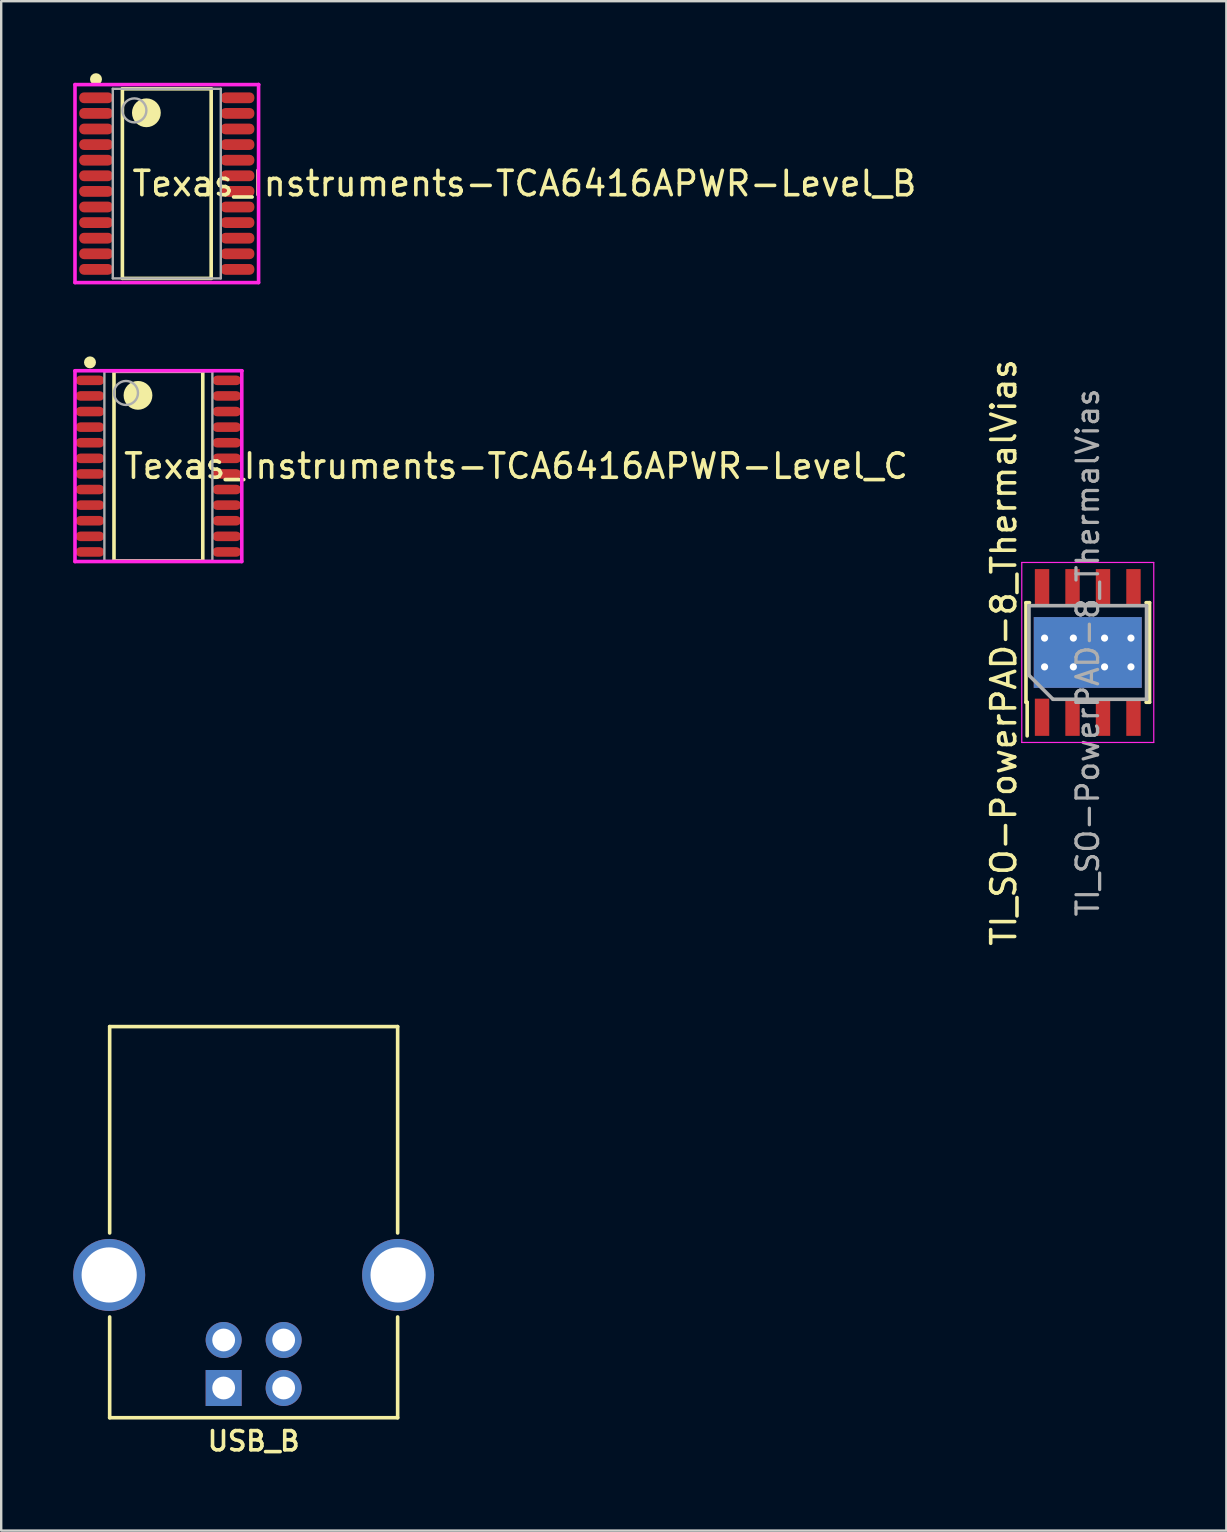
<source format=kicad_pcb>
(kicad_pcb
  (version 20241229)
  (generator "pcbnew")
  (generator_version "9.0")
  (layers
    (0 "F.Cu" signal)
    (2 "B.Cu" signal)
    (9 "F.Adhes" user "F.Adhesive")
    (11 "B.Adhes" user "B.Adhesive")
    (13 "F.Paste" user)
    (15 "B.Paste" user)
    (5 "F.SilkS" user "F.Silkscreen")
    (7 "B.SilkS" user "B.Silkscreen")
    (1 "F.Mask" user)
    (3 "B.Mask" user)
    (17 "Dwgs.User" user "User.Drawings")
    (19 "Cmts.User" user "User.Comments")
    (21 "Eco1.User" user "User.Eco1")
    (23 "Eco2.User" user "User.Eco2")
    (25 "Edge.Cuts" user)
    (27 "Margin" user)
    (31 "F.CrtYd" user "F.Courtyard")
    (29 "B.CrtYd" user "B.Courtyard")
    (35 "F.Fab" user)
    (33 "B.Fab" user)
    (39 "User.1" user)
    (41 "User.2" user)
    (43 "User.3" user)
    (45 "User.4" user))
  (footprint "TI_SO-PowerPAD-8_ThermalVias"
    (layer "F.Cu")
    (at 42.278 24.139)
    (property "Reference" "TI_SO-PowerPAD-8_ThermalVias" (at -3.5 0 90) (layer "F.SilkS") (effects (font (size 1 1) (thickness 0.15))))
    (attr smd)
    (fp_line (start -2.575 -2.075) (end -2.43 -2.075) (stroke (width 0.15) (type solid)) (layer "F.SilkS"))
    (fp_line (start -2.575 2.075) (end -2.575 -2.075) (stroke (width 0.15) (type solid)) (layer "F.SilkS"))
    (fp_line (start -2.575 2.075) (end -2.525 2.075) (stroke (width 0.15) (type solid)) (layer "F.SilkS"))
    (fp_line (start -2.525 2.075) (end -2.525 3.475) (stroke (width 0.15) (type solid)) (layer "F.SilkS"))
    (fp_line (start 2.575 -2.075) (end 2.43 -2.075) (stroke (width 0.15) (type solid)) (layer "F.SilkS"))
    (fp_line (start 2.575 2.075) (end 2.43 2.075) (stroke (width 0.15) (type solid)) (layer "F.SilkS"))
    (fp_line (start 2.575 2.075) (end 2.575 -2.075) (stroke (width 0.15) (type solid)) (layer "F.SilkS"))
    (fp_line (start -2.75 -3.75) (end 2.75 -3.75) (stroke (width 0.05) (type solid)) (layer "F.CrtYd"))
    (fp_line (start -2.75 3.75) (end -2.75 -3.75) (stroke (width 0.05) (type solid)) (layer "F.CrtYd"))
    (fp_line (start -2.75 3.75) (end 2.75 3.75) (stroke (width 0.05) (type solid)) (layer "F.CrtYd"))
    (fp_line (start 2.75 3.75) (end 2.75 -3.75) (stroke (width 0.05) (type solid)) (layer "F.CrtYd"))
    (fp_line (start -2.45 -1.95) (end 2.45 -1.95) (stroke (width 0.15) (type solid)) (layer "F.Fab"))
    (fp_line (start -2.45 0.95) (end -2.45 -1.95) (stroke (width 0.15) (type solid)) (layer "F.Fab"))
    (fp_line (start -1.45 1.95) (end -2.45 0.95) (stroke (width 0.15) (type solid)) (layer "F.Fab"))
    (fp_line (start 2.45 -1.95) (end 2.45 1.95) (stroke (width 0.15) (type solid)) (layer "F.Fab"))
    (fp_line (start 2.45 1.95) (end -1.45 1.95) (stroke (width 0.15) (type solid)) (layer "F.Fab"))
    (fp_text user "${REFERENCE}" (at 0 0 90) (layer "F.Fab") (effects (font (size 0.9 0.9) (thickness 0.135))))
    (pad "1" smd rect (at -1.905 2.7 90) (size 1.55 0.6) (layers "F.Cu" "F.Mask" "F.Paste"))
    (pad "2" smd rect (at -0.635 2.7 90) (size 1.55 0.6) (layers "F.Cu" "F.Mask" "F.Paste"))
    (pad "3" smd rect (at 0.635 2.7 90) (size 1.55 0.6) (layers "F.Cu" "F.Mask" "F.Paste"))
    (pad "4" smd rect (at 1.905 2.7 90) (size 1.55 0.6) (layers "F.Cu" "F.Mask" "F.Paste"))
    (pad "5" smd rect (at 1.905 -2.7 90) (size 1.55 0.6) (layers "F.Cu" "F.Mask" "F.Paste"))
    (pad "6" smd rect (at 0.635 -2.7 90) (size 1.55 0.6) (layers "F.Cu" "F.Mask" "F.Paste"))
    (pad "7" smd rect (at -0.635 -2.7 90) (size 1.55 0.6) (layers "F.Cu" "F.Mask" "F.Paste"))
    (pad "8" smd rect (at -1.905 -2.7 90) (size 1.55 0.6) (layers "F.Cu" "F.Mask" "F.Paste"))
    (pad "9" thru_hole circle (at -1.8 -0.6 90) (size 0.6 0.6) (drill 0.3) (layers "*.Cu"))
    (pad "9" thru_hole circle (at -1.8 0.6 90) (size 0.6 0.6) (drill 0.3) (layers "*.Cu"))
    (pad "9" thru_hole circle (at -0.6 -0.6 90) (size 0.6 0.6) (drill 0.3) (layers "*.Cu"))
    (pad "9" thru_hole circle (at -0.6 0.6 90) (size 0.6 0.6) (drill 0.3) (layers "*.Cu"))
    (pad "9" smd rect (at 0 0 90) (size 2.6 3.1) (layers "F.Cu" "F.Mask" "F.Paste"))
    (pad "9" smd rect (at 0 0 90) (size 2.95 4.5) (layers "F.Cu"))
    (pad "9" smd rect (at 0 0 90) (size 2.95 4.5) (layers "B.Cu"))
    (pad "9" thru_hole circle (at 0.7 -0.6 90) (size 0.6 0.6) (drill 0.3) (layers "*.Cu"))
    (pad "9" thru_hole circle (at 0.7 0.6 90) (size 0.6 0.6) (drill 0.3) (layers "*.Cu"))
    (pad "9" thru_hole circle (at 1.8 -0.6 90) (size 0.6 0.6) (drill 0.3) (layers "*.Cu"))
    (pad "9" thru_hole circle (at 1.8 0.6 90) (size 0.6 0.6) (drill 0.3) (layers "*.Cu")))
  (footprint "Texas_Instruments-TCA6416APWR-Level_B"
    (layer "F.Cu")
    (at 3.9 4.6)
    (property "Reference" "Texas_Instruments-TCA6416APWR-Level_B" (at -1.524 0 0) (layer "F.SilkS") (effects (font (size 1.016 1.016) (thickness 0.15)) (justify left)))
    (attr through_hole)
    (fp_line (start -1.85 -3.95) (end 1.85 -3.95) (stroke (width 0.15) (type solid)) (layer "F.SilkS"))
    (fp_line (start -1.85 3.95) (end -1.85 -3.95) (stroke (width 0.15) (type solid)) (layer "F.SilkS"))
    (fp_line (start -1.85 3.95) (end 1.85 3.95) (stroke (width 0.15) (type solid)) (layer "F.SilkS"))
    (fp_line (start 1.85 3.95) (end 1.85 -3.95) (stroke (width 0.15) (type solid)) (layer "F.SilkS"))
    (fp_circle (center -2.95 -4.35) (end -2.825 -4.35) (stroke (width 0.25) (type solid)) (fill no) (layer "F.SilkS"))
    (fp_circle (center -0.85 -2.95) (end -0.55 -2.95) (stroke (width 0.6) (type solid)) (fill no) (layer "F.SilkS"))
    (fp_line (start -3.825 -4.125) (end -3.825 4.125) (stroke (width 0.15) (type solid)) (layer "F.CrtYd"))
    (fp_line (start -3.825 4.125) (end 3.825 4.125) (stroke (width 0.15) (type solid)) (layer "F.CrtYd"))
    (fp_line (start 3.825 -4.125) (end -3.825 -4.125) (stroke (width 0.15) (type solid)) (layer "F.CrtYd"))
    (fp_line (start 3.825 -4.125) (end 3.825 -4.125) (stroke (width 0.15) (type solid)) (layer "F.CrtYd"))
    (fp_line (start 3.825 4.125) (end 3.825 -4.125) (stroke (width 0.15) (type solid)) (layer "F.CrtYd"))
    (fp_line (start -2.25 -3.95) (end 2.25 -3.95) (stroke (width 0.1) (type solid)) (layer "F.Fab"))
    (fp_line (start -2.25 3.95) (end -2.25 -3.95) (stroke (width 0.1) (type solid)) (layer "F.Fab"))
    (fp_line (start -2.25 3.95) (end 2.25 3.95) (stroke (width 0.1) (type solid)) (layer "F.Fab"))
    (fp_line (start 2.25 3.95) (end 2.25 -3.95) (stroke (width 0.1) (type solid)) (layer "F.Fab"))
    (fp_circle (center -1.35 -3.05) (end -0.85 -3.05) (stroke (width 0.1) (type solid)) (fill no) (layer "F.Fab"))
    (pad "1" smd roundrect (at -2.95 -3.575 270) (size 0.45 1.4) (layers "F.Cu" "F.Mask" "F.Paste") (roundrect_rratio 0.44))
    (pad "2" smd roundrect (at -2.95 -2.925 270) (size 0.45 1.4) (layers "F.Cu" "F.Mask" "F.Paste") (roundrect_rratio 0.44))
    (pad "3" smd roundrect (at -2.95 -2.275 270) (size 0.45 1.4) (layers "F.Cu" "F.Mask" "F.Paste") (roundrect_rratio 0.44))
    (pad "4" smd roundrect (at -2.95 -1.625 270) (size 0.45 1.4) (layers "F.Cu" "F.Mask" "F.Paste") (roundrect_rratio 0.44))
    (pad "5" smd roundrect (at -2.95 -0.975 270) (size 0.45 1.4) (layers "F.Cu" "F.Mask" "F.Paste") (roundrect_rratio 0.44))
    (pad "6" smd roundrect (at -2.95 -0.325 270) (size 0.45 1.4) (layers "F.Cu" "F.Mask" "F.Paste") (roundrect_rratio 0.44))
    (pad "7" smd roundrect (at -2.95 0.325 270) (size 0.45 1.4) (layers "F.Cu" "F.Mask" "F.Paste") (roundrect_rratio 0.44))
    (pad "8" smd roundrect (at -2.95 0.975 270) (size 0.45 1.4) (layers "F.Cu" "F.Mask" "F.Paste") (roundrect_rratio 0.44))
    (pad "9" smd roundrect (at -2.95 1.625 270) (size 0.45 1.4) (layers "F.Cu" "F.Mask" "F.Paste") (roundrect_rratio 0.44))
    (pad "10" smd roundrect (at -2.95 2.275 270) (size 0.45 1.4) (layers "F.Cu" "F.Mask" "F.Paste") (roundrect_rratio 0.44))
    (pad "11" smd roundrect (at -2.95 2.925 270) (size 0.45 1.4) (layers "F.Cu" "F.Mask" "F.Paste") (roundrect_rratio 0.44))
    (pad "12" smd roundrect (at -2.95 3.575 270) (size 0.45 1.4) (layers "F.Cu" "F.Mask" "F.Paste") (roundrect_rratio 0.44))
    (pad "13" smd roundrect (at 2.95 3.575 270) (size 0.45 1.4) (layers "F.Cu" "F.Mask" "F.Paste") (roundrect_rratio 0.44))
    (pad "14" smd roundrect (at 2.95 2.925 270) (size 0.45 1.4) (layers "F.Cu" "F.Mask" "F.Paste") (roundrect_rratio 0.44))
    (pad "15" smd roundrect (at 2.95 2.275 270) (size 0.45 1.4) (layers "F.Cu" "F.Mask" "F.Paste") (roundrect_rratio 0.44))
    (pad "16" smd roundrect (at 2.95 1.625 270) (size 0.45 1.4) (layers "F.Cu" "F.Mask" "F.Paste") (roundrect_rratio 0.44))
    (pad "17" smd roundrect (at 2.95 0.975 270) (size 0.45 1.4) (layers "F.Cu" "F.Mask" "F.Paste") (roundrect_rratio 0.44))
    (pad "18" smd roundrect (at 2.95 0.325 270) (size 0.45 1.4) (layers "F.Cu" "F.Mask" "F.Paste") (roundrect_rratio 0.44))
    (pad "19" smd roundrect (at 2.95 -0.325 270) (size 0.45 1.4) (layers "F.Cu" "F.Mask" "F.Paste") (roundrect_rratio 0.44))
    (pad "20" smd roundrect (at 2.95 -0.975 270) (size 0.45 1.4) (layers "F.Cu" "F.Mask" "F.Paste") (roundrect_rratio 0.44))
    (pad "21" smd roundrect (at 2.95 -1.625 270) (size 0.45 1.4) (layers "F.Cu" "F.Mask" "F.Paste") (roundrect_rratio 0.44))
    (pad "22" smd roundrect (at 2.95 -2.275 270) (size 0.45 1.4) (layers "F.Cu" "F.Mask" "F.Paste") (roundrect_rratio 0.44))
    (pad "23" smd roundrect (at 2.95 -2.925 270) (size 0.45 1.4) (layers "F.Cu" "F.Mask" "F.Paste") (roundrect_rratio 0.44))
    (pad "24" smd roundrect (at 2.95 -3.575 270) (size 0.45 1.4) (layers "F.Cu" "F.Mask" "F.Paste") (roundrect_rratio 0.44)))
  (footprint "Texas_Instruments-TCA6416APWR-Level_C"
    (layer "F.Cu")
    (at 3.55 16.375)
    (property "Reference" "Texas_Instruments-TCA6416APWR-Level_C" (at -1.524 0 0) (layer "F.SilkS") (effects (font (size 1.016 1.016) (thickness 0.15)) (justify left)))
    (attr through_hole)
    (fp_line (start -1.85 -3.95) (end 1.85 -3.95) (stroke (width 0.15) (type solid)) (layer "F.SilkS"))
    (fp_line (start -1.85 3.95) (end -1.85 -3.95) (stroke (width 0.15) (type solid)) (layer "F.SilkS"))
    (fp_line (start -1.85 3.95) (end 1.85 3.95) (stroke (width 0.15) (type solid)) (layer "F.SilkS"))
    (fp_line (start 1.85 3.95) (end 1.85 -3.95) (stroke (width 0.15) (type solid)) (layer "F.SilkS"))
    (fp_circle (center -2.85 -4.325) (end -2.725 -4.325) (stroke (width 0.25) (type solid)) (fill no) (layer "F.SilkS"))
    (fp_circle (center -0.85 -2.95) (end -0.55 -2.95) (stroke (width 0.6) (type solid)) (fill no) (layer "F.SilkS"))
    (fp_line (start -3.475 -3.975) (end -3.475 3.975) (stroke (width 0.15) (type solid)) (layer "F.CrtYd"))
    (fp_line (start -3.475 3.975) (end 3.475 3.975) (stroke (width 0.15) (type solid)) (layer "F.CrtYd"))
    (fp_line (start 3.475 -3.975) (end -3.475 -3.975) (stroke (width 0.15) (type solid)) (layer "F.CrtYd"))
    (fp_line (start 3.475 -3.975) (end 3.475 -3.975) (stroke (width 0.15) (type solid)) (layer "F.CrtYd"))
    (fp_line (start 3.475 3.975) (end 3.475 -3.975) (stroke (width 0.15) (type solid)) (layer "F.CrtYd"))
    (fp_line (start -2.25 -3.95) (end 2.25 -3.95) (stroke (width 0.1) (type solid)) (layer "F.Fab"))
    (fp_line (start -2.25 3.95) (end -2.25 -3.95) (stroke (width 0.1) (type solid)) (layer "F.Fab"))
    (fp_line (start -2.25 3.95) (end 2.25 3.95) (stroke (width 0.1) (type solid)) (layer "F.Fab"))
    (fp_line (start 2.25 3.95) (end 2.25 -3.95) (stroke (width 0.1) (type solid)) (layer "F.Fab"))
    (fp_circle (center -1.35 -3.05) (end -0.85 -3.05) (stroke (width 0.1) (type solid)) (fill no) (layer "F.Fab"))
    (pad "1" smd roundrect (at -2.85 -3.575 270) (size 0.4 1.2) (layers "F.Cu" "F.Mask" "F.Paste") (roundrect_rratio 0.5))
    (pad "2" smd roundrect (at -2.85 -2.925 270) (size 0.4 1.2) (layers "F.Cu" "F.Mask" "F.Paste") (roundrect_rratio 0.5))
    (pad "3" smd roundrect (at -2.85 -2.275 270) (size 0.4 1.2) (layers "F.Cu" "F.Mask" "F.Paste") (roundrect_rratio 0.5))
    (pad "4" smd roundrect (at -2.85 -1.625 270) (size 0.4 1.2) (layers "F.Cu" "F.Mask" "F.Paste") (roundrect_rratio 0.5))
    (pad "5" smd roundrect (at -2.85 -0.975 270) (size 0.4 1.2) (layers "F.Cu" "F.Mask" "F.Paste") (roundrect_rratio 0.5))
    (pad "6" smd roundrect (at -2.85 -0.325 270) (size 0.4 1.2) (layers "F.Cu" "F.Mask" "F.Paste") (roundrect_rratio 0.5))
    (pad "7" smd roundrect (at -2.85 0.325 270) (size 0.4 1.2) (layers "F.Cu" "F.Mask" "F.Paste") (roundrect_rratio 0.5))
    (pad "8" smd roundrect (at -2.85 0.975 270) (size 0.4 1.2) (layers "F.Cu" "F.Mask" "F.Paste") (roundrect_rratio 0.5))
    (pad "9" smd roundrect (at -2.85 1.625 270) (size 0.4 1.2) (layers "F.Cu" "F.Mask" "F.Paste") (roundrect_rratio 0.5))
    (pad "10" smd roundrect (at -2.85 2.275 270) (size 0.4 1.2) (layers "F.Cu" "F.Mask" "F.Paste") (roundrect_rratio 0.5))
    (pad "11" smd roundrect (at -2.85 2.925 270) (size 0.4 1.2) (layers "F.Cu" "F.Mask" "F.Paste") (roundrect_rratio 0.5))
    (pad "12" smd roundrect (at -2.85 3.575 270) (size 0.4 1.2) (layers "F.Cu" "F.Mask" "F.Paste") (roundrect_rratio 0.5))
    (pad "13" smd roundrect (at 2.85 3.575 270) (size 0.4 1.2) (layers "F.Cu" "F.Mask" "F.Paste") (roundrect_rratio 0.5))
    (pad "14" smd roundrect (at 2.85 2.925 270) (size 0.4 1.2) (layers "F.Cu" "F.Mask" "F.Paste") (roundrect_rratio 0.5))
    (pad "15" smd roundrect (at 2.85 2.275 270) (size 0.4 1.2) (layers "F.Cu" "F.Mask" "F.Paste") (roundrect_rratio 0.5))
    (pad "16" smd roundrect (at 2.85 1.625 270) (size 0.4 1.2) (layers "F.Cu" "F.Mask" "F.Paste") (roundrect_rratio 0.5))
    (pad "17" smd roundrect (at 2.85 0.975 270) (size 0.4 1.2) (layers "F.Cu" "F.Mask" "F.Paste") (roundrect_rratio 0.5))
    (pad "18" smd roundrect (at 2.85 0.325 270) (size 0.4 1.2) (layers "F.Cu" "F.Mask" "F.Paste") (roundrect_rratio 0.5))
    (pad "19" smd roundrect (at 2.85 -0.325 270) (size 0.4 1.2) (layers "F.Cu" "F.Mask" "F.Paste") (roundrect_rratio 0.5))
    (pad "20" smd roundrect (at 2.85 -0.975 270) (size 0.4 1.2) (layers "F.Cu" "F.Mask" "F.Paste") (roundrect_rratio 0.5))
    (pad "21" smd roundrect (at 2.85 -1.625 270) (size 0.4 1.2) (layers "F.Cu" "F.Mask" "F.Paste") (roundrect_rratio 0.5))
    (pad "22" smd roundrect (at 2.85 -2.275 270) (size 0.4 1.2) (layers "F.Cu" "F.Mask" "F.Paste") (roundrect_rratio 0.5))
    (pad "23" smd roundrect (at 2.85 -2.925 270) (size 0.4 1.2) (layers "F.Cu" "F.Mask" "F.Paste") (roundrect_rratio 0.5))
    (pad "24" smd roundrect (at 2.85 -3.575 270) (size 0.4 1.2) (layers "F.Cu" "F.Mask" "F.Paste") (roundrect_rratio 0.5)))
  (footprint "USB_B"
    (layer "F.Cu")
    (at 7.52 39.729)
    (property "Reference" "USB_B" (at 0 17.272 180) (layer "F.SilkS") (effects (font (size 0.8 0.8) (thickness 0.15))))
    (attr smd)
    (fp_line (start -6 0) (end -6 8.6) (stroke (width 0.15) (type solid)) (layer "F.SilkS"))
    (fp_line (start -6 16.3) (end -6 12.1) (stroke (width 0.15) (type solid)) (layer "F.SilkS"))
    (fp_line (start -6 16.3) (end 6 16.3) (stroke (width 0.15) (type solid)) (layer "F.SilkS"))
    (fp_line (start 6 0) (end -6 0) (stroke (width 0.15) (type solid)) (layer "F.SilkS"))
    (fp_line (start 6 8.6) (end 6 0) (stroke (width 0.15) (type solid)) (layer "F.SilkS"))
    (fp_line (start 6 16.3) (end 6 12.1) (stroke (width 0.15) (type solid)) (layer "F.SilkS"))
    (pad "1" thru_hole rect (at -1.25 15.06) (size 1.5 1.5) (drill 0.95) (layers "*.Cu" "*.Mask"))
    (pad "2" thru_hole circle (at 1.25 15.06) (size 1.5 1.5) (drill 0.95) (layers "*.Cu" "*.Mask"))
    (pad "3" thru_hole circle (at 1.25 13.06) (size 1.5 1.5) (drill 0.95) (layers "*.Cu" "*.Mask"))
    (pad "4" thru_hole circle (at -1.25 13.06) (size 1.5 1.5) (drill 0.95) (layers "*.Cu" "*.Mask"))
    (pad "5" thru_hole circle (at -6.02 10.35) (size 3 3) (drill 2.3) (layers "*.Cu" "*.Mask"))
    (pad "5" thru_hole circle (at 6.02 10.35) (size 3 3) (drill 2.3) (layers "*.Cu" "*.Mask")))
  (gr_rect
    (start -3 -3)
    (end 48.053 60.732)
    (stroke (width 0.1) (type default))
    (fill no)
    (layer "Edge.Cuts")))
</source>
